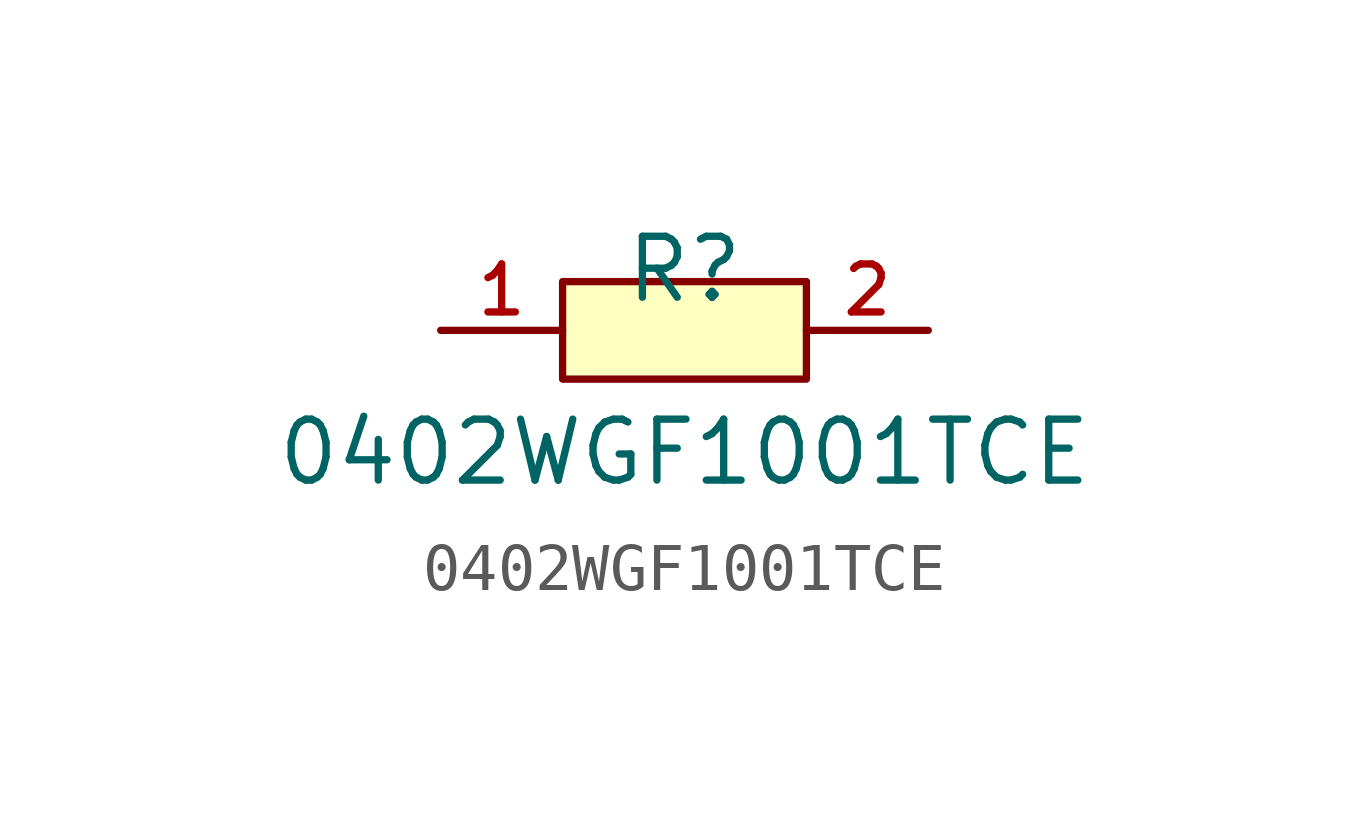
<source format=kicad_sym>
(kicad_symbol_lib
  (version 20220914)
  (generator kicad_symbol_editor)
  (symbol "0402WGF1001TCE"
    (pin_names hide)
    (property "Reference" "R"
      (at 0 1.27 0)
      (effects (font (size 1.27 1.27))))
    (property "Value" "0402WGF1001TCE"
      (at 0 -2.54 0)
      (effects (font (size 1.27 1.27))))
    (symbol "0402WGF1001TCE_0_1"
      (rectangle (start -2.54 1.016) (end 2.54 -1.016) (stroke (width 0) (type default)) (fill (type background))))
    (symbol "0402WGF1001TCE_1_1"
      (pin passive line (at -5.08 0 0) (length 2.54) (name "1" (effects (font (size 1 1)))) (number "1" (effects (font (size 1 1)))))
      (pin passive line (at 5.08 0 180) (length 2.54) (name "2" (effects (font (size 1 1)))) (number "2" (effects (font (size 1 1))))))))
</source>
